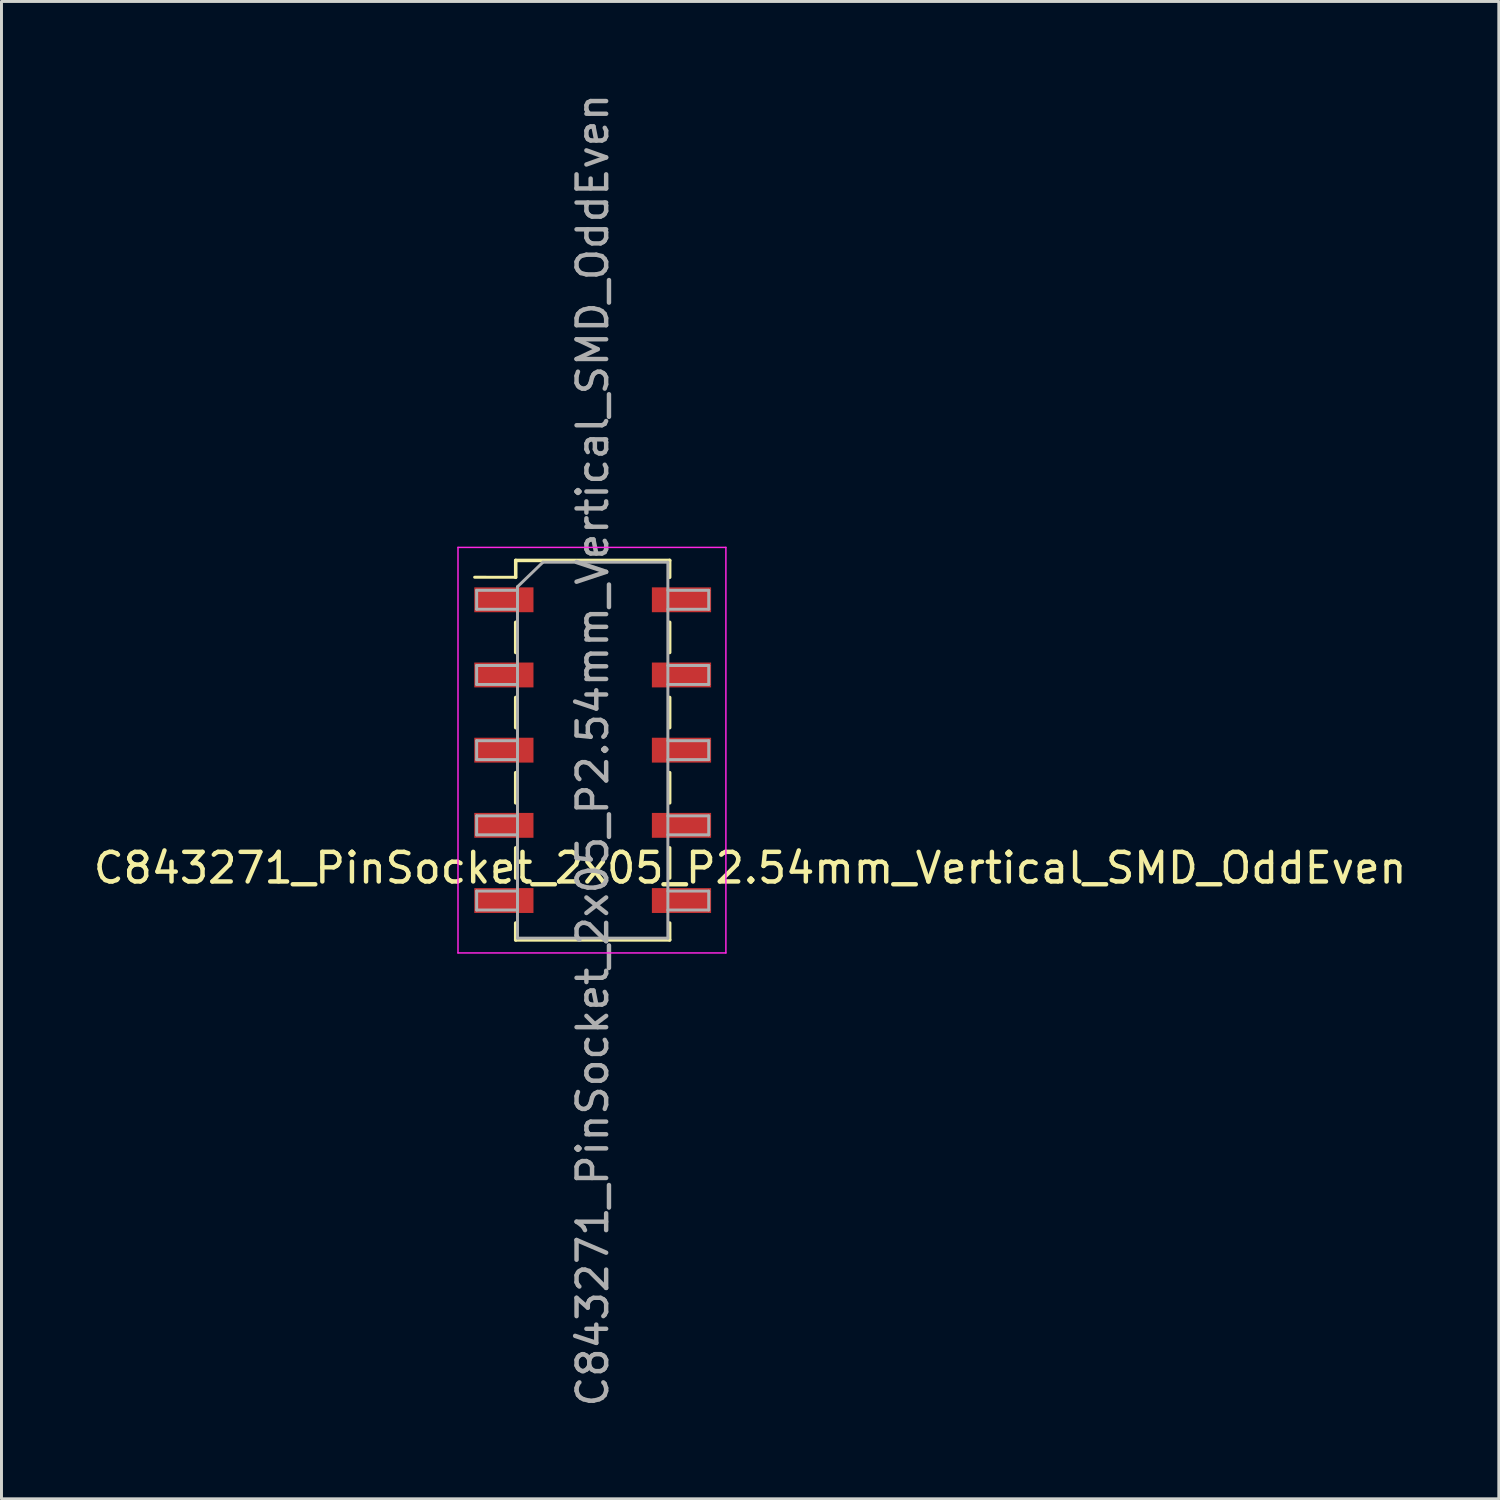
<source format=kicad_pcb>
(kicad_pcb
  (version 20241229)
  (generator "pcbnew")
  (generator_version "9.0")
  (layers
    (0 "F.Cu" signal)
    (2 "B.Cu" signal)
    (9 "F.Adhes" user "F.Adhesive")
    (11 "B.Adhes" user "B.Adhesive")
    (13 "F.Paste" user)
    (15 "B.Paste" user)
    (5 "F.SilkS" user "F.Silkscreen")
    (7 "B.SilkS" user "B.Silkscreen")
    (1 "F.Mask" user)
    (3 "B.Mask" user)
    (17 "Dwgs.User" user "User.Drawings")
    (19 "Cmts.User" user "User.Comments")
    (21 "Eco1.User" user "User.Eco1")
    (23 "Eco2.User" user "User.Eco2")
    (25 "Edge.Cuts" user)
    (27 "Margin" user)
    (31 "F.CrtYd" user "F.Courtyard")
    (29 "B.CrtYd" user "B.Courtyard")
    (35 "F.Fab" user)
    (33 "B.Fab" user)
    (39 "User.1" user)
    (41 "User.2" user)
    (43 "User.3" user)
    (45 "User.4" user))
  (footprint "C843271_PinSocket_2x05_P2.54mm_Vertical_SMD_OddEven"
    (layer "F.Cu")
    (at 16.972 22.292)
    (property "Reference" "C843271_PinSocket_2x05_P2.54mm_Vertical_SMD_OddEven" (at 5.32 3.98 0) (layer "F.SilkS") (effects (font (size 1 1) (thickness 0.15))))
    (attr smd)
    (fp_line (start -2.6 -6.41) (end -2.6 -5.84) (stroke (width 0.12) (type solid)) (layer "F.SilkS"))
    (fp_line (start -2.6 -6.41) (end 2.6 -6.41) (stroke (width 0.12) (type solid)) (layer "F.SilkS"))
    (fp_line (start -2.6 -5.84) (end -3.988 -5.842) (stroke (width 0.1) (type default)) (layer "F.SilkS"))
    (fp_line (start -2.6 -4.32) (end -2.6 -3.3) (stroke (width 0.12) (type solid)) (layer "F.SilkS"))
    (fp_line (start -2.6 -1.78) (end -2.6 -0.76) (stroke (width 0.12) (type solid)) (layer "F.SilkS"))
    (fp_line (start -2.6 0.76) (end -2.6 1.78) (stroke (width 0.12) (type solid)) (layer "F.SilkS"))
    (fp_line (start -2.6 3.3) (end -2.6 4.32) (stroke (width 0.12) (type solid)) (layer "F.SilkS"))
    (fp_line (start -2.6 5.84) (end -2.6 6.41) (stroke (width 0.12) (type solid)) (layer "F.SilkS"))
    (fp_line (start -2.6 6.41) (end 2.6 6.41) (stroke (width 0.12) (type solid)) (layer "F.SilkS"))
    (fp_line (start 2.6 -6.41) (end 2.6 -5.84) (stroke (width 0.12) (type solid)) (layer "F.SilkS"))
    (fp_line (start 2.6 -4.32) (end 2.6 -3.3) (stroke (width 0.12) (type solid)) (layer "F.SilkS"))
    (fp_line (start 2.6 -1.78) (end 2.6 -0.76) (stroke (width 0.12) (type solid)) (layer "F.SilkS"))
    (fp_line (start 2.6 0.76) (end 2.6 1.78) (stroke (width 0.12) (type solid)) (layer "F.SilkS"))
    (fp_line (start 2.6 3.3) (end 2.6 4.32) (stroke (width 0.12) (type solid)) (layer "F.SilkS"))
    (fp_line (start 2.6 5.84) (end 2.6 6.41) (stroke (width 0.12) (type solid)) (layer "F.SilkS"))
    (fp_line (start -4.55 -6.85) (end 4.5 -6.85) (stroke (width 0.05) (type solid)) (layer "F.CrtYd"))
    (fp_line (start -4.55 6.85) (end -4.55 -6.85) (stroke (width 0.05) (type solid)) (layer "F.CrtYd"))
    (fp_line (start 4.5 -6.85) (end 4.5 6.85) (stroke (width 0.05) (type solid)) (layer "F.CrtYd"))
    (fp_line (start 4.5 6.85) (end -4.55 6.85) (stroke (width 0.05) (type solid)) (layer "F.CrtYd"))
    (fp_line (start -3.92 -5.4) (end -2.54 -5.4) (stroke (width 0.1) (type solid)) (layer "F.Fab"))
    (fp_line (start -3.92 -4.76) (end -3.92 -5.4) (stroke (width 0.1) (type solid)) (layer "F.Fab"))
    (fp_line (start -3.92 -2.86) (end -2.54 -2.86) (stroke (width 0.1) (type solid)) (layer "F.Fab"))
    (fp_line (start -3.92 -2.22) (end -3.92 -2.86) (stroke (width 0.1) (type solid)) (layer "F.Fab"))
    (fp_line (start -3.92 -0.32) (end -2.54 -0.32) (stroke (width 0.1) (type solid)) (layer "F.Fab"))
    (fp_line (start -3.92 0.32) (end -3.92 -0.32) (stroke (width 0.1) (type solid)) (layer "F.Fab"))
    (fp_line (start -3.92 2.22) (end -2.54 2.22) (stroke (width 0.1) (type solid)) (layer "F.Fab"))
    (fp_line (start -3.92 2.86) (end -3.92 2.22) (stroke (width 0.1) (type solid)) (layer "F.Fab"))
    (fp_line (start -3.92 4.76) (end -2.54 4.76) (stroke (width 0.1) (type solid)) (layer "F.Fab"))
    (fp_line (start -3.92 5.4) (end -3.92 4.76) (stroke (width 0.1) (type solid)) (layer "F.Fab"))
    (fp_line (start -2.54 -5.52) (end -1.68 -6.35) (stroke (width 0.1) (type default)) (layer "F.Fab"))
    (fp_line (start -2.54 -4.76) (end -3.92 -4.76) (stroke (width 0.1) (type solid)) (layer "F.Fab"))
    (fp_line (start -2.54 -2.22) (end -3.92 -2.22) (stroke (width 0.1) (type solid)) (layer "F.Fab"))
    (fp_line (start -2.54 0.32) (end -3.92 0.32) (stroke (width 0.1) (type solid)) (layer "F.Fab"))
    (fp_line (start -2.54 2.86) (end -3.92 2.86) (stroke (width 0.1) (type solid)) (layer "F.Fab"))
    (fp_line (start -2.54 5.4) (end -3.92 5.4) (stroke (width 0.1) (type solid)) (layer "F.Fab"))
    (fp_line (start -2.54 6.35) (end -2.54 -5.52) (stroke (width 0.1) (type solid)) (layer "F.Fab"))
    (fp_line (start -1.68 -6.35) (end 2.54 -6.35) (stroke (width 0.1) (type solid)) (layer "F.Fab"))
    (fp_line (start 2.54 -6.35) (end 2.54 6.35) (stroke (width 0.1) (type solid)) (layer "F.Fab"))
    (fp_line (start 2.54 -5.4) (end 3.92 -5.4) (stroke (width 0.1) (type solid)) (layer "F.Fab"))
    (fp_line (start 2.54 -2.86) (end 3.92 -2.86) (stroke (width 0.1) (type solid)) (layer "F.Fab"))
    (fp_line (start 2.54 -0.32) (end 3.92 -0.32) (stroke (width 0.1) (type solid)) (layer "F.Fab"))
    (fp_line (start 2.54 2.22) (end 3.92 2.22) (stroke (width 0.1) (type solid)) (layer "F.Fab"))
    (fp_line (start 2.54 4.76) (end 3.92 4.76) (stroke (width 0.1) (type solid)) (layer "F.Fab"))
    (fp_line (start 2.54 6.35) (end -2.54 6.35) (stroke (width 0.1) (type solid)) (layer "F.Fab"))
    (fp_line (start 3.92 -5.4) (end 3.92 -4.76) (stroke (width 0.1) (type solid)) (layer "F.Fab"))
    (fp_line (start 3.92 -4.76) (end 2.54 -4.76) (stroke (width 0.1) (type solid)) (layer "F.Fab"))
    (fp_line (start 3.92 -2.86) (end 3.92 -2.22) (stroke (width 0.1) (type solid)) (layer "F.Fab"))
    (fp_line (start 3.92 -2.22) (end 2.54 -2.22) (stroke (width 0.1) (type solid)) (layer "F.Fab"))
    (fp_line (start 3.92 -0.32) (end 3.92 0.32) (stroke (width 0.1) (type solid)) (layer "F.Fab"))
    (fp_line (start 3.92 0.32) (end 2.54 0.32) (stroke (width 0.1) (type solid)) (layer "F.Fab"))
    (fp_line (start 3.92 2.22) (end 3.92 2.86) (stroke (width 0.1) (type solid)) (layer "F.Fab"))
    (fp_line (start 3.92 2.86) (end 2.54 2.86) (stroke (width 0.1) (type solid)) (layer "F.Fab"))
    (fp_line (start 3.92 4.76) (end 3.92 5.4) (stroke (width 0.1) (type solid)) (layer "F.Fab"))
    (fp_line (start 3.92 5.4) (end 2.54 5.4) (stroke (width 0.1) (type solid)) (layer "F.Fab"))
    (fp_text user "${REFERENCE}" (at 0 0 90) (layer "F.Fab") (effects (font (size 1 1) (thickness 0.15))))
    (pad "1" smd rect (at -3 -5.08) (size 2 0.84) (layers "F.Cu" "F.Mask" "F.Paste"))
    (pad "2" smd rect (at 3 -5.08) (size 2 0.84) (layers "F.Cu" "F.Mask" "F.Paste"))
    (pad "3" smd rect (at -3 -2.54) (size 2 0.84) (layers "F.Cu" "F.Mask" "F.Paste"))
    (pad "4" smd rect (at 3 -2.54) (size 2 0.84) (layers "F.Cu" "F.Mask" "F.Paste"))
    (pad "5" smd rect (at -3 0) (size 2 0.84) (layers "F.Cu" "F.Mask" "F.Paste"))
    (pad "6" smd rect (at 3 0) (size 2 0.84) (layers "F.Cu" "F.Mask" "F.Paste"))
    (pad "7" smd rect (at -3 2.54) (size 2 0.84) (layers "F.Cu" "F.Mask" "F.Paste"))
    (pad "8" smd rect (at 3 2.54) (size 2 0.84) (layers "F.Cu" "F.Mask" "F.Paste"))
    (pad "9" smd rect (at -3 5.08) (size 2 0.84) (layers "F.Cu" "F.Mask" "F.Paste"))
    (pad "10" smd rect (at 3 5.08) (size 2 0.84) (layers "F.Cu" "F.Mask" "F.Paste")))
  (gr_rect
    (start -3 -3)
    (end 47.583 47.583)
    (stroke (width 0.1) (type default))
    (fill no)
    (layer "Edge.Cuts")))
</source>
